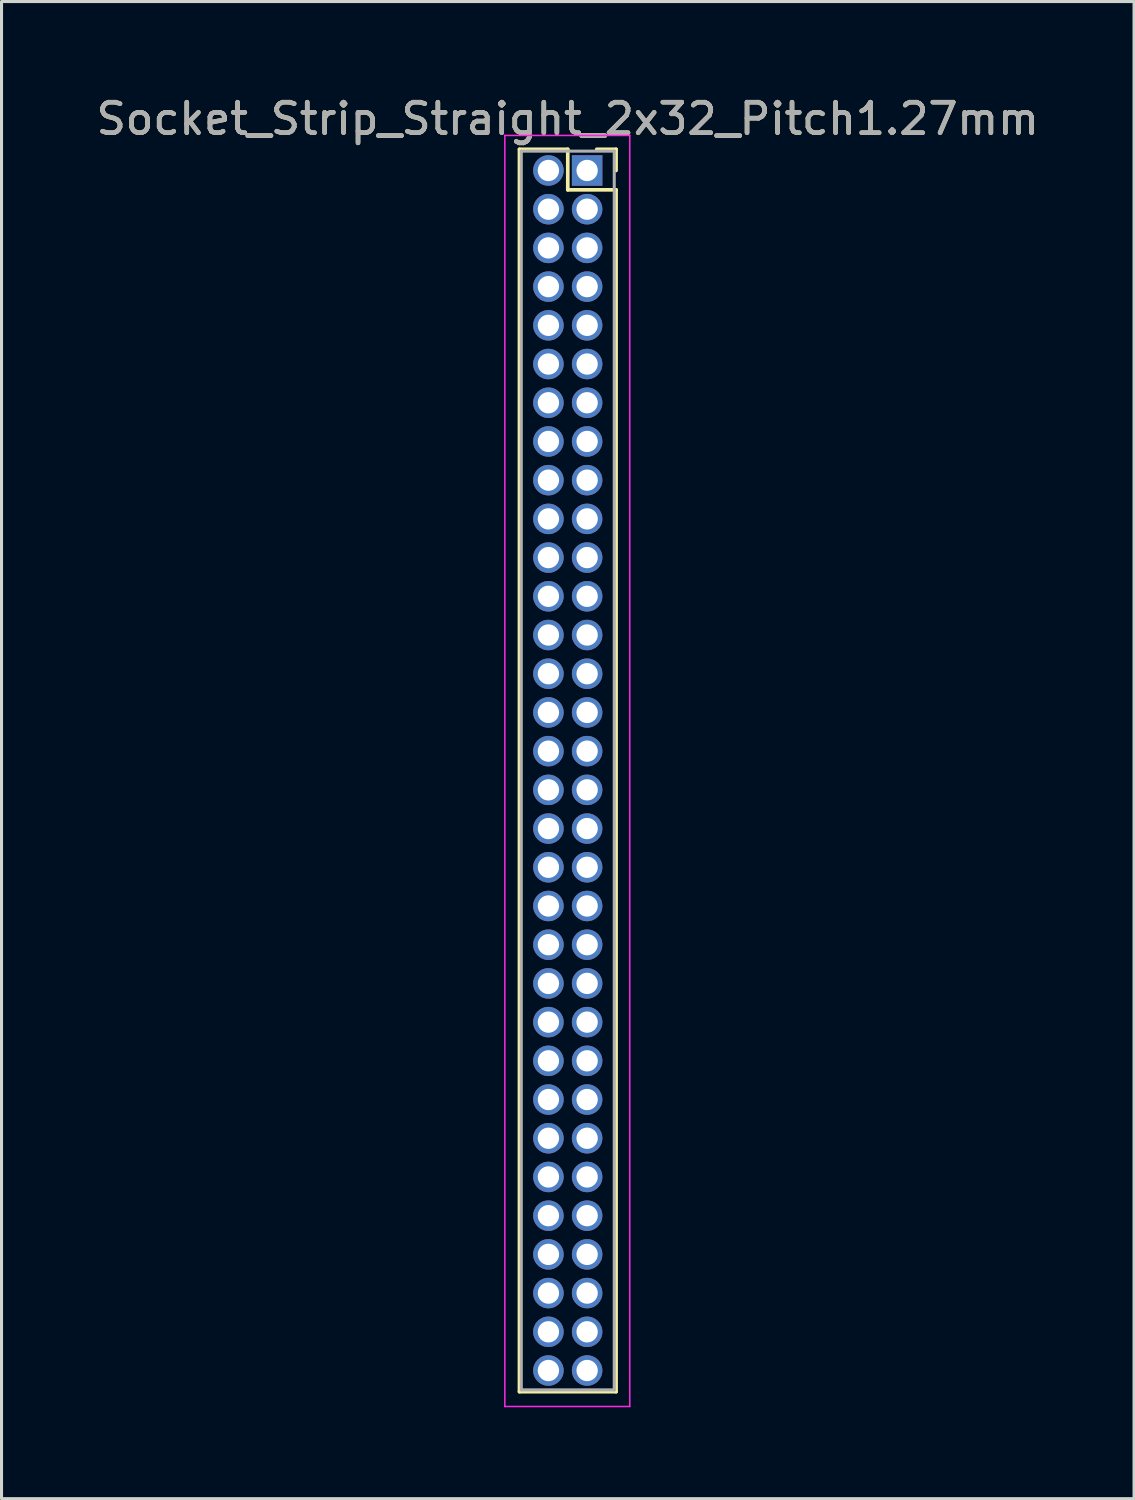
<source format=kicad_pcb>
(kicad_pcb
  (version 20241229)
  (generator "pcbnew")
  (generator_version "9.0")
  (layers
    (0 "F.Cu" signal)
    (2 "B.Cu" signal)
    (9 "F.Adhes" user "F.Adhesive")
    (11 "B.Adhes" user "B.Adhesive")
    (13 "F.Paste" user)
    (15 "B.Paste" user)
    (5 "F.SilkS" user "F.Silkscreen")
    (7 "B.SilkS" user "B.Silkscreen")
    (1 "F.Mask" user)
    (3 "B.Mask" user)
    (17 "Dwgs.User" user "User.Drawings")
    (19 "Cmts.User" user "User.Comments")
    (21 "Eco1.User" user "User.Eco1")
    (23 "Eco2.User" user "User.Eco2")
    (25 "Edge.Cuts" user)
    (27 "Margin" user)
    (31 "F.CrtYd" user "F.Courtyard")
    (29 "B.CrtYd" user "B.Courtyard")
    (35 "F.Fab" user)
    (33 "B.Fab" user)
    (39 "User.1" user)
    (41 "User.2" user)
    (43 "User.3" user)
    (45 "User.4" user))
  (footprint "Socket_Strip_Straight_2x32_Pitch1.27mm"
    (layer "F.Cu")
    (at 16.212 2.543)
    (property "Reference" "Socket_Strip_Straight_2x32_Pitch1.27mm" (at -0.635 -1.695 0) (layer "F.SilkS") (effects (font (size 1 1) (thickness 0.15))))
    (attr through_hole)
    (fp_line (start -2.22 -0.695) (end -0.635 -0.695) (stroke (width 0.12) (type solid)) (layer "F.SilkS"))
    (fp_line (start -2.22 40.065) (end -2.22 -0.695) (stroke (width 0.12) (type solid)) (layer "F.SilkS"))
    (fp_line (start -0.635 -0.695) (end -0.635 0.635) (stroke (width 0.12) (type solid)) (layer "F.SilkS"))
    (fp_line (start -0.635 0.635) (end 0.95 0.635) (stroke (width 0.12) (type solid)) (layer "F.SilkS"))
    (fp_line (start 0.95 -0.695) (end 0.315 -0.695) (stroke (width 0.12) (type solid)) (layer "F.SilkS"))
    (fp_line (start 0.95 0) (end 0.95 -0.695) (stroke (width 0.12) (type solid)) (layer "F.SilkS"))
    (fp_line (start 0.95 0.635) (end 0.95 40.065) (stroke (width 0.12) (type solid)) (layer "F.SilkS"))
    (fp_line (start 0.95 40.065) (end -2.22 40.065) (stroke (width 0.12) (type solid)) (layer "F.SilkS"))
    (fp_line (start -2.7 -1.15) (end -2.7 40.55) (stroke (width 0.05) (type solid)) (layer "F.CrtYd"))
    (fp_line (start -2.7 40.55) (end 1.4 40.55) (stroke (width 0.05) (type solid)) (layer "F.CrtYd"))
    (fp_line (start 1.4 -1.15) (end -2.7 -1.15) (stroke (width 0.05) (type solid)) (layer "F.CrtYd"))
    (fp_line (start 1.4 40.55) (end 1.4 -1.15) (stroke (width 0.05) (type solid)) (layer "F.CrtYd"))
    (fp_line (start -2.16 -0.635) (end -2.16 40.005) (stroke (width 0.1) (type solid)) (layer "F.Fab"))
    (fp_line (start -2.16 40.005) (end 0.89 40.005) (stroke (width 0.1) (type solid)) (layer "F.Fab"))
    (fp_line (start 0.89 -0.635) (end -2.16 -0.635) (stroke (width 0.1) (type solid)) (layer "F.Fab"))
    (fp_line (start 0.89 40.005) (end 0.89 -0.635) (stroke (width 0.1) (type solid)) (layer "F.Fab"))
    (fp_text user "${REFERENCE}" (at -0.635 -1.695 0) (layer "F.Fab") (effects (font (size 1 1) (thickness 0.15))))
    (pad "1" thru_hole rect (at 0 0) (size 1 1) (drill 0.7) (layers "*.Cu" "*.Mask"))
    (pad "2" thru_hole oval (at -1.27 0) (size 1 1) (drill 0.7) (layers "*.Cu" "*.Mask"))
    (pad "3" thru_hole oval (at 0 1.27) (size 1 1) (drill 0.7) (layers "*.Cu" "*.Mask"))
    (pad "4" thru_hole oval (at -1.27 1.27) (size 1 1) (drill 0.7) (layers "*.Cu" "*.Mask"))
    (pad "5" thru_hole oval (at 0 2.54) (size 1 1) (drill 0.7) (layers "*.Cu" "*.Mask"))
    (pad "6" thru_hole oval (at -1.27 2.54) (size 1 1) (drill 0.7) (layers "*.Cu" "*.Mask"))
    (pad "7" thru_hole oval (at 0 3.81) (size 1 1) (drill 0.7) (layers "*.Cu" "*.Mask"))
    (pad "8" thru_hole oval (at -1.27 3.81) (size 1 1) (drill 0.7) (layers "*.Cu" "*.Mask"))
    (pad "9" thru_hole oval (at 0 5.08) (size 1 1) (drill 0.7) (layers "*.Cu" "*.Mask"))
    (pad "10" thru_hole oval (at -1.27 5.08) (size 1 1) (drill 0.7) (layers "*.Cu" "*.Mask"))
    (pad "11" thru_hole oval (at 0 6.35) (size 1 1) (drill 0.7) (layers "*.Cu" "*.Mask"))
    (pad "12" thru_hole oval (at -1.27 6.35) (size 1 1) (drill 0.7) (layers "*.Cu" "*.Mask"))
    (pad "13" thru_hole oval (at 0 7.62) (size 1 1) (drill 0.7) (layers "*.Cu" "*.Mask"))
    (pad "14" thru_hole oval (at -1.27 7.62) (size 1 1) (drill 0.7) (layers "*.Cu" "*.Mask"))
    (pad "15" thru_hole oval (at 0 8.89) (size 1 1) (drill 0.7) (layers "*.Cu" "*.Mask"))
    (pad "16" thru_hole oval (at -1.27 8.89) (size 1 1) (drill 0.7) (layers "*.Cu" "*.Mask"))
    (pad "17" thru_hole oval (at 0 10.16) (size 1 1) (drill 0.7) (layers "*.Cu" "*.Mask"))
    (pad "18" thru_hole oval (at -1.27 10.16) (size 1 1) (drill 0.7) (layers "*.Cu" "*.Mask"))
    (pad "19" thru_hole oval (at 0 11.43) (size 1 1) (drill 0.7) (layers "*.Cu" "*.Mask"))
    (pad "20" thru_hole oval (at -1.27 11.43) (size 1 1) (drill 0.7) (layers "*.Cu" "*.Mask"))
    (pad "21" thru_hole oval (at 0 12.7) (size 1 1) (drill 0.7) (layers "*.Cu" "*.Mask"))
    (pad "22" thru_hole oval (at -1.27 12.7) (size 1 1) (drill 0.7) (layers "*.Cu" "*.Mask"))
    (pad "23" thru_hole oval (at 0 13.97) (size 1 1) (drill 0.7) (layers "*.Cu" "*.Mask"))
    (pad "24" thru_hole oval (at -1.27 13.97) (size 1 1) (drill 0.7) (layers "*.Cu" "*.Mask"))
    (pad "25" thru_hole oval (at 0 15.24) (size 1 1) (drill 0.7) (layers "*.Cu" "*.Mask"))
    (pad "26" thru_hole oval (at -1.27 15.24) (size 1 1) (drill 0.7) (layers "*.Cu" "*.Mask"))
    (pad "27" thru_hole oval (at 0 16.51) (size 1 1) (drill 0.7) (layers "*.Cu" "*.Mask"))
    (pad "28" thru_hole oval (at -1.27 16.51) (size 1 1) (drill 0.7) (layers "*.Cu" "*.Mask"))
    (pad "29" thru_hole oval (at 0 17.78) (size 1 1) (drill 0.7) (layers "*.Cu" "*.Mask"))
    (pad "30" thru_hole oval (at -1.27 17.78) (size 1 1) (drill 0.7) (layers "*.Cu" "*.Mask"))
    (pad "31" thru_hole oval (at 0 19.05) (size 1 1) (drill 0.7) (layers "*.Cu" "*.Mask"))
    (pad "32" thru_hole oval (at -1.27 19.05) (size 1 1) (drill 0.7) (layers "*.Cu" "*.Mask"))
    (pad "33" thru_hole oval (at 0 20.32) (size 1 1) (drill 0.7) (layers "*.Cu" "*.Mask"))
    (pad "34" thru_hole oval (at -1.27 20.32) (size 1 1) (drill 0.7) (layers "*.Cu" "*.Mask"))
    (pad "35" thru_hole oval (at 0 21.59) (size 1 1) (drill 0.7) (layers "*.Cu" "*.Mask"))
    (pad "36" thru_hole oval (at -1.27 21.59) (size 1 1) (drill 0.7) (layers "*.Cu" "*.Mask"))
    (pad "37" thru_hole oval (at 0 22.86) (size 1 1) (drill 0.7) (layers "*.Cu" "*.Mask"))
    (pad "38" thru_hole oval (at -1.27 22.86) (size 1 1) (drill 0.7) (layers "*.Cu" "*.Mask"))
    (pad "39" thru_hole oval (at 0 24.13) (size 1 1) (drill 0.7) (layers "*.Cu" "*.Mask"))
    (pad "40" thru_hole oval (at -1.27 24.13) (size 1 1) (drill 0.7) (layers "*.Cu" "*.Mask"))
    (pad "41" thru_hole oval (at 0 25.4) (size 1 1) (drill 0.7) (layers "*.Cu" "*.Mask"))
    (pad "42" thru_hole oval (at -1.27 25.4) (size 1 1) (drill 0.7) (layers "*.Cu" "*.Mask"))
    (pad "43" thru_hole oval (at 0 26.67) (size 1 1) (drill 0.7) (layers "*.Cu" "*.Mask"))
    (pad "44" thru_hole oval (at -1.27 26.67) (size 1 1) (drill 0.7) (layers "*.Cu" "*.Mask"))
    (pad "45" thru_hole oval (at 0 27.94) (size 1 1) (drill 0.7) (layers "*.Cu" "*.Mask"))
    (pad "46" thru_hole oval (at -1.27 27.94) (size 1 1) (drill 0.7) (layers "*.Cu" "*.Mask"))
    (pad "47" thru_hole oval (at 0 29.21) (size 1 1) (drill 0.7) (layers "*.Cu" "*.Mask"))
    (pad "48" thru_hole oval (at -1.27 29.21) (size 1 1) (drill 0.7) (layers "*.Cu" "*.Mask"))
    (pad "49" thru_hole oval (at 0 30.48) (size 1 1) (drill 0.7) (layers "*.Cu" "*.Mask"))
    (pad "50" thru_hole oval (at -1.27 30.48) (size 1 1) (drill 0.7) (layers "*.Cu" "*.Mask"))
    (pad "51" thru_hole oval (at 0 31.75) (size 1 1) (drill 0.7) (layers "*.Cu" "*.Mask"))
    (pad "52" thru_hole oval (at -1.27 31.75) (size 1 1) (drill 0.7) (layers "*.Cu" "*.Mask"))
    (pad "53" thru_hole oval (at 0 33.02) (size 1 1) (drill 0.7) (layers "*.Cu" "*.Mask"))
    (pad "54" thru_hole oval (at -1.27 33.02) (size 1 1) (drill 0.7) (layers "*.Cu" "*.Mask"))
    (pad "55" thru_hole oval (at 0 34.29) (size 1 1) (drill 0.7) (layers "*.Cu" "*.Mask"))
    (pad "56" thru_hole oval (at -1.27 34.29) (size 1 1) (drill 0.7) (layers "*.Cu" "*.Mask"))
    (pad "57" thru_hole oval (at 0 35.56) (size 1 1) (drill 0.7) (layers "*.Cu" "*.Mask"))
    (pad "58" thru_hole oval (at -1.27 35.56) (size 1 1) (drill 0.7) (layers "*.Cu" "*.Mask"))
    (pad "59" thru_hole oval (at 0 36.83) (size 1 1) (drill 0.7) (layers "*.Cu" "*.Mask"))
    (pad "60" thru_hole oval (at -1.27 36.83) (size 1 1) (drill 0.7) (layers "*.Cu" "*.Mask"))
    (pad "61" thru_hole oval (at 0 38.1) (size 1 1) (drill 0.7) (layers "*.Cu" "*.Mask"))
    (pad "62" thru_hole oval (at -1.27 38.1) (size 1 1) (drill 0.7) (layers "*.Cu" "*.Mask"))
    (pad "63" thru_hole oval (at 0 39.37) (size 1 1) (drill 0.7) (layers "*.Cu" "*.Mask"))
    (pad "64" thru_hole oval (at -1.27 39.37) (size 1 1) (drill 0.7) (layers "*.Cu" "*.Mask")))
  (gr_rect
    (start -3 -3)
    (end 34.155 46.118)
    (stroke (width 0.1) (type default))
    (fill no)
    (layer "Edge.Cuts")))
</source>
